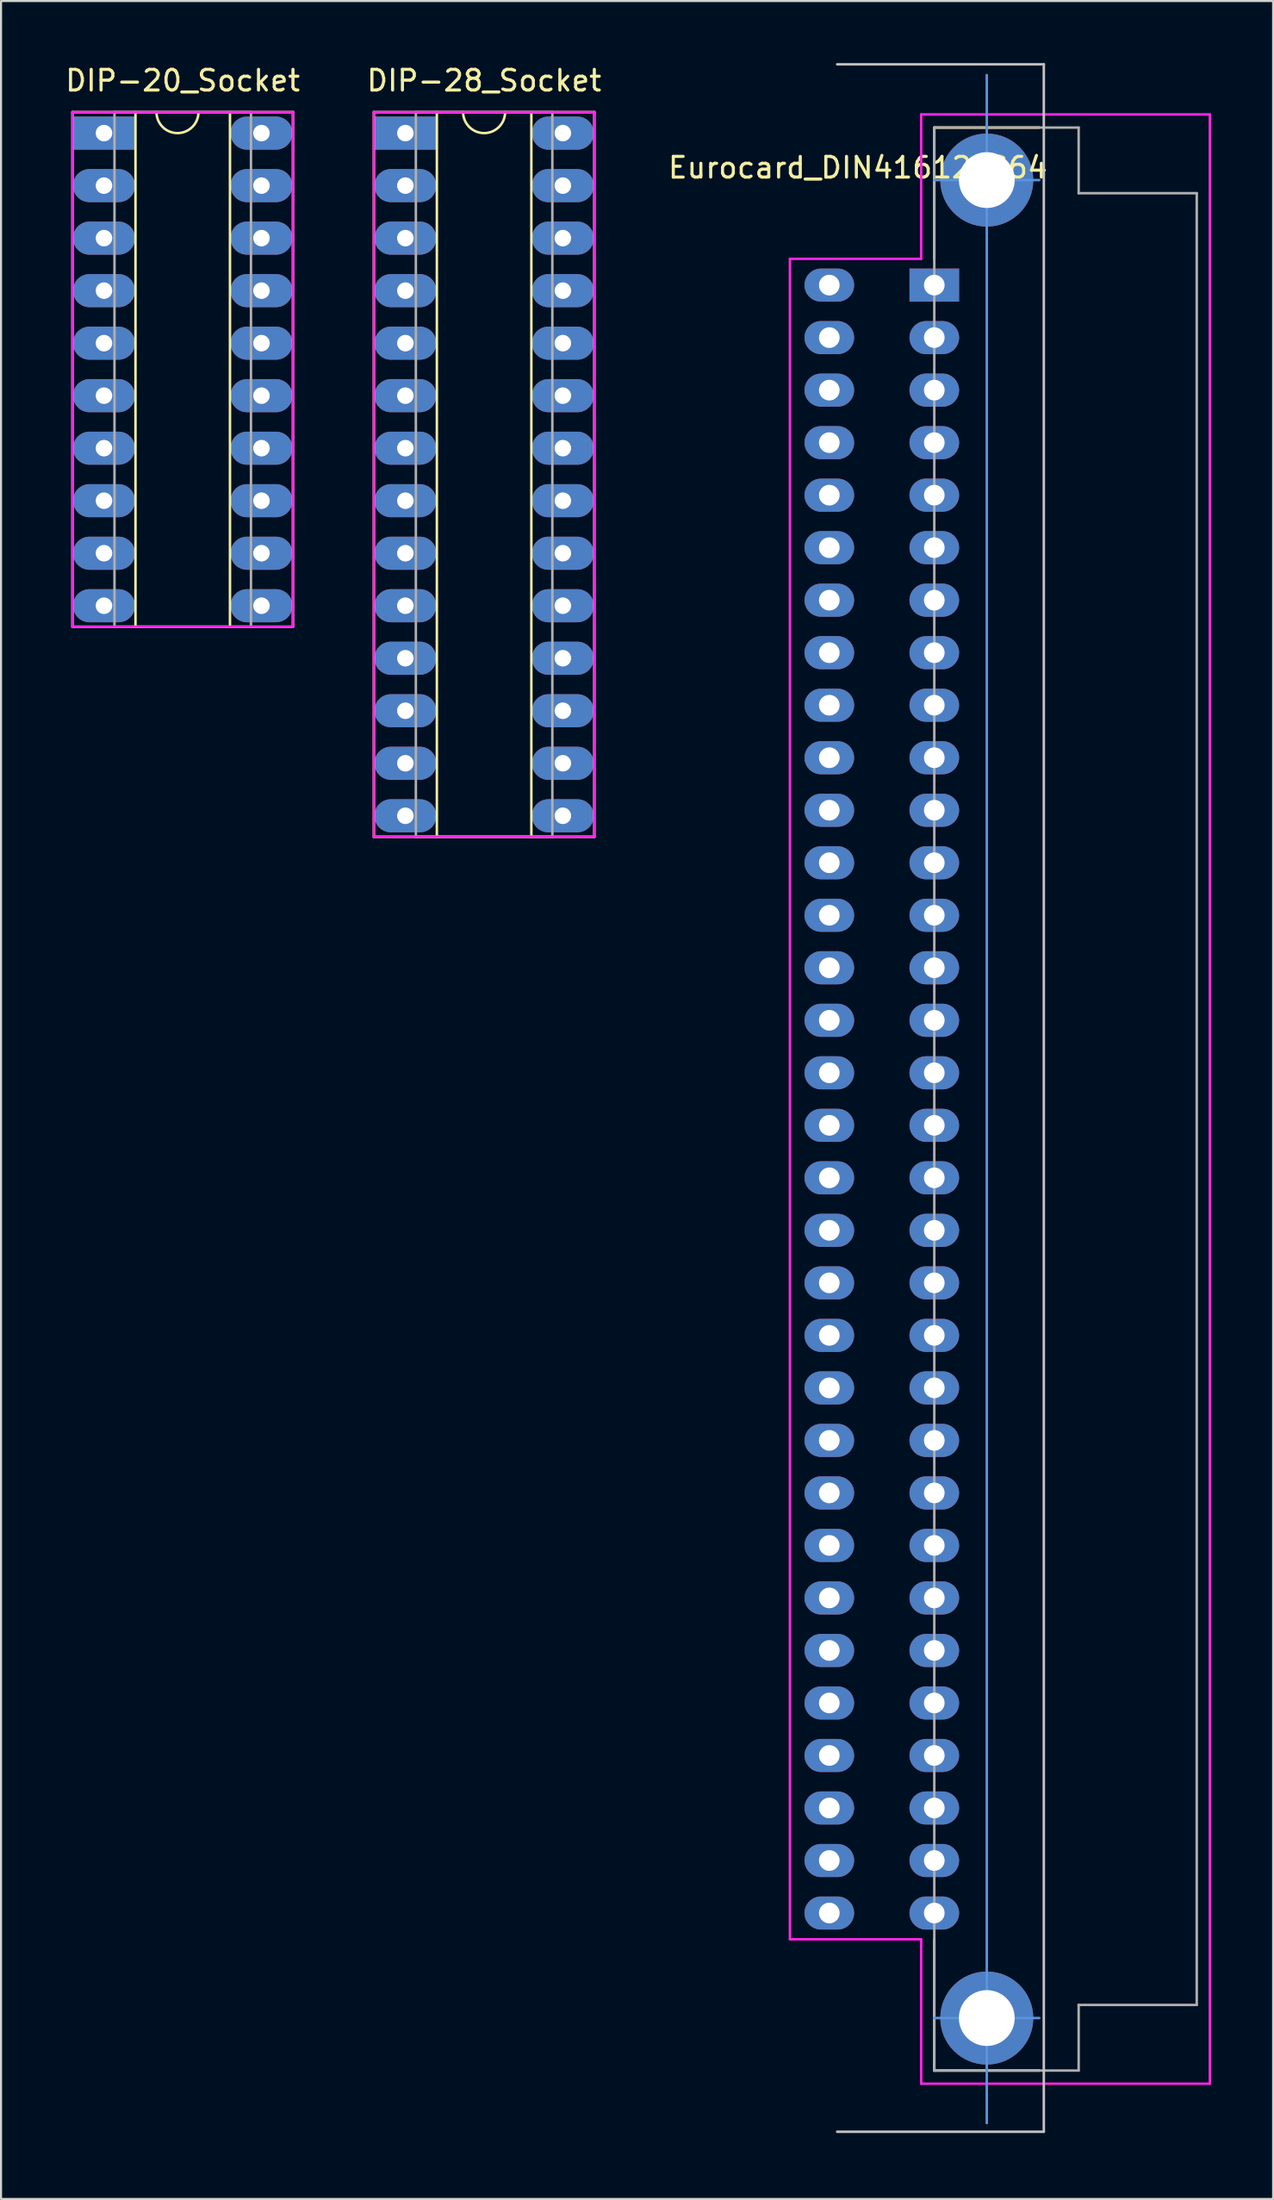
<source format=kicad_pcb>
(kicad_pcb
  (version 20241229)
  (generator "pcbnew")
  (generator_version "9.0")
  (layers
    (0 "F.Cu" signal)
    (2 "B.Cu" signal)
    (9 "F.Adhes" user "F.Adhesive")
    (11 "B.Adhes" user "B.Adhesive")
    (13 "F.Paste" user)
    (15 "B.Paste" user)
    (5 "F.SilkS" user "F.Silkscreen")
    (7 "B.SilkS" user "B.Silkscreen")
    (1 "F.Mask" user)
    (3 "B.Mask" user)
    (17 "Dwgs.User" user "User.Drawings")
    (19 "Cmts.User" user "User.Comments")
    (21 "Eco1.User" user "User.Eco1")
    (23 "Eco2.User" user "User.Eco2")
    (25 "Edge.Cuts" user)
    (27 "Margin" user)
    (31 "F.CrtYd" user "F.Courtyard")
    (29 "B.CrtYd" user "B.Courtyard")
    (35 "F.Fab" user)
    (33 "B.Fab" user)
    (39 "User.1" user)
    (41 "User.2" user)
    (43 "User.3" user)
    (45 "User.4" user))
  (footprint "DIP-20_Socket"
    (layer "F.Cu")
    (at 1.982 3.388)
    (property "Reference" "DIP-20_Socket" (at 3.81 -2.54 0) (layer "F.SilkS") (effects (font (size 1 1) (thickness 0.15))))
    (attr through_hole)
    (fp_line (start -1.524 -1.016) (end -1.524 23.876) (stroke (width 0.12) (type solid)) (layer "F.SilkS"))
    (fp_line (start -1.524 23.876) (end 9.144 23.876) (stroke (width 0.12) (type solid)) (layer "F.SilkS"))
    (fp_line (start 1.524 -1.016) (end 1.524 23.876) (stroke (width 0.12) (type solid)) (layer "F.SilkS"))
    (fp_line (start 6.096 23.876) (end 6.096 -1.016) (stroke (width 0.12) (type solid)) (layer "F.SilkS"))
    (fp_line (start 9.144 -1.016) (end -1.524 -1.016) (stroke (width 0.12) (type solid)) (layer "F.SilkS"))
    (fp_line (start 9.144 23.876) (end 9.144 -1.016) (stroke (width 0.12) (type solid)) (layer "F.SilkS"))
    (fp_arc (start 4.572 -1.016) (mid 3.556 0) (end 2.54 -1.016) (stroke (width 0.12) (type solid)) (layer "F.SilkS"))
    (fp_line (start -1.524 -1.016) (end -1.524 23.876) (stroke (width 0.12) (type solid)) (layer "F.CrtYd"))
    (fp_line (start -1.524 23.876) (end 9.144 23.876) (stroke (width 0.12) (type solid)) (layer "F.CrtYd"))
    (fp_line (start 9.144 -1.016) (end -1.524 -1.016) (stroke (width 0.12) (type solid)) (layer "F.CrtYd"))
    (fp_line (start 9.144 23.876) (end 9.144 -1.016) (stroke (width 0.12) (type solid)) (layer "F.CrtYd"))
    (fp_line (start 0.508 -1.016) (end 0.508 23.876) (stroke (width 0.12) (type solid)) (layer "F.Fab"))
    (fp_line (start 0.508 23.876) (end 7.112 23.876) (stroke (width 0.12) (type solid)) (layer "F.Fab"))
    (fp_line (start 7.112 -1.016) (end 0.508 -1.016) (stroke (width 0.12) (type solid)) (layer "F.Fab"))
    (fp_line (start 7.112 23.876) (end 7.112 -1.016) (stroke (width 0.12) (type solid)) (layer "F.Fab"))
    (pad "1" thru_hole rect (at 0 0) (size 3 1.6) (drill 0.8) (layers "*.Cu" "*.Mask"))
    (pad "2" thru_hole oval (at 0 2.54) (size 3 1.6) (drill 0.8) (layers "*.Cu" "*.Mask"))
    (pad "3" thru_hole oval (at 0 5.08) (size 3 1.6) (drill 0.8) (layers "*.Cu" "*.Mask"))
    (pad "4" thru_hole oval (at 0 7.62) (size 3 1.6) (drill 0.8) (layers "*.Cu" "*.Mask"))
    (pad "5" thru_hole oval (at 0 10.16) (size 3 1.6) (drill 0.8) (layers "*.Cu" "*.Mask"))
    (pad "6" thru_hole oval (at 0 12.7) (size 3 1.6) (drill 0.8) (layers "*.Cu" "*.Mask"))
    (pad "7" thru_hole oval (at 0 15.24) (size 3 1.6) (drill 0.8) (layers "*.Cu" "*.Mask"))
    (pad "8" thru_hole oval (at 0 17.78) (size 3 1.6) (drill 0.8) (layers "*.Cu" "*.Mask"))
    (pad "9" thru_hole oval (at 0 20.32) (size 3 1.6) (drill 0.8) (layers "*.Cu" "*.Mask"))
    (pad "10" thru_hole oval (at 0 22.86) (size 3 1.6) (drill 0.8) (layers "*.Cu" "*.Mask"))
    (pad "11" thru_hole oval (at 7.62 22.86) (size 3 1.6) (drill 0.8) (layers "*.Cu" "*.Mask"))
    (pad "12" thru_hole oval (at 7.62 20.32) (size 3 1.6) (drill 0.8) (layers "*.Cu" "*.Mask"))
    (pad "13" thru_hole oval (at 7.62 17.78) (size 3 1.6) (drill 0.8) (layers "*.Cu" "*.Mask"))
    (pad "14" thru_hole oval (at 7.62 15.24) (size 3 1.6) (drill 0.8) (layers "*.Cu" "*.Mask"))
    (pad "15" thru_hole oval (at 7.62 12.7) (size 3 1.6) (drill 0.8) (layers "*.Cu" "*.Mask"))
    (pad "16" thru_hole oval (at 7.62 10.16) (size 3 1.6) (drill 0.8) (layers "*.Cu" "*.Mask"))
    (pad "17" thru_hole oval (at 7.62 7.62) (size 3 1.6) (drill 0.8) (layers "*.Cu" "*.Mask"))
    (pad "18" thru_hole oval (at 7.62 5.08) (size 3 1.6) (drill 0.8) (layers "*.Cu" "*.Mask"))
    (pad "19" thru_hole oval (at 7.62 2.54) (size 3 1.6) (drill 0.8) (layers "*.Cu" "*.Mask"))
    (pad "20" thru_hole oval (at 7.62 0) (size 3 1.6) (drill 0.8) (layers "*.Cu" "*.Mask")))
  (footprint "DIP-28_Socket"
    (layer "F.Cu")
    (at 16.565 3.388)
    (property "Reference" "DIP-28_Socket" (at 3.81 -2.54 0) (layer "F.SilkS") (effects (font (size 1 1) (thickness 0.15))))
    (attr through_hole)
    (fp_line (start -1.524 -1.016) (end -1.524 34.036) (stroke (width 0.12) (type solid)) (layer "F.SilkS"))
    (fp_line (start -1.524 34.036) (end 9.144 34.036) (stroke (width 0.12) (type solid)) (layer "F.SilkS"))
    (fp_line (start 1.524 -1.016) (end 1.524 34.036) (stroke (width 0.12) (type solid)) (layer "F.SilkS"))
    (fp_line (start 6.096 34.036) (end 6.096 -1.016) (stroke (width 0.12) (type solid)) (layer "F.SilkS"))
    (fp_line (start 9.144 -1.016) (end -1.524 -1.016) (stroke (width 0.12) (type solid)) (layer "F.SilkS"))
    (fp_line (start 9.144 34.036) (end 9.144 -1.016) (stroke (width 0.12) (type solid)) (layer "F.SilkS"))
    (fp_arc (start 4.826 -1.016) (mid 3.81 0) (end 2.794 -1.016) (stroke (width 0.12) (type solid)) (layer "F.SilkS"))
    (fp_line (start -1.524 -1.016) (end -1.524 34.036) (stroke (width 0.12) (type solid)) (layer "F.CrtYd"))
    (fp_line (start -1.524 34.036) (end 9.144 34.036) (stroke (width 0.12) (type solid)) (layer "F.CrtYd"))
    (fp_line (start 9.144 -1.016) (end -1.524 -1.016) (stroke (width 0.12) (type solid)) (layer "F.CrtYd"))
    (fp_line (start 9.144 34.036) (end 9.144 -1.016) (stroke (width 0.12) (type solid)) (layer "F.CrtYd"))
    (fp_line (start 0.508 -1.016) (end 0.508 34.036) (stroke (width 0.12) (type solid)) (layer "F.Fab"))
    (fp_line (start 0.508 34.036) (end 7.112 34.036) (stroke (width 0.12) (type solid)) (layer "F.Fab"))
    (fp_line (start 7.112 -1.016) (end 0.508 -1.016) (stroke (width 0.12) (type solid)) (layer "F.Fab"))
    (fp_line (start 7.112 34.036) (end 7.112 -1.016) (stroke (width 0.12) (type solid)) (layer "F.Fab"))
    (pad "1" thru_hole rect (at 0 0) (size 3 1.6) (drill 0.8) (layers "*.Cu" "*.Mask"))
    (pad "2" thru_hole oval (at 0 2.54) (size 3 1.6) (drill 0.8) (layers "*.Cu" "*.Mask"))
    (pad "3" thru_hole oval (at 0 5.08) (size 3 1.6) (drill 0.8) (layers "*.Cu" "*.Mask"))
    (pad "4" thru_hole oval (at 0 7.62) (size 3 1.6) (drill 0.8) (layers "*.Cu" "*.Mask"))
    (pad "5" thru_hole oval (at 0 10.16) (size 3 1.6) (drill 0.8) (layers "*.Cu" "*.Mask"))
    (pad "6" thru_hole oval (at 0 12.7) (size 3 1.6) (drill 0.8) (layers "*.Cu" "*.Mask"))
    (pad "7" thru_hole oval (at 0 15.24) (size 3 1.6) (drill 0.8) (layers "*.Cu" "*.Mask"))
    (pad "8" thru_hole oval (at 0 17.78) (size 3 1.6) (drill 0.8) (layers "*.Cu" "*.Mask"))
    (pad "9" thru_hole oval (at 0 20.32) (size 3 1.6) (drill 0.8) (layers "*.Cu" "*.Mask"))
    (pad "10" thru_hole oval (at 0 22.86) (size 3 1.6) (drill 0.8) (layers "*.Cu" "*.Mask"))
    (pad "11" thru_hole oval (at 0 25.4) (size 3 1.6) (drill 0.8) (layers "*.Cu" "*.Mask"))
    (pad "12" thru_hole oval (at 0 27.94) (size 3 1.6) (drill 0.8) (layers "*.Cu" "*.Mask"))
    (pad "13" thru_hole oval (at 0 30.48) (size 3 1.6) (drill 0.8) (layers "*.Cu" "*.Mask"))
    (pad "14" thru_hole oval (at 0 33.02) (size 3 1.6) (drill 0.8) (layers "*.Cu" "*.Mask"))
    (pad "15" thru_hole oval (at 7.62 33.02) (size 3 1.6) (drill 0.8) (layers "*.Cu" "*.Mask"))
    (pad "16" thru_hole oval (at 7.62 30.48) (size 3 1.6) (drill 0.8) (layers "*.Cu" "*.Mask"))
    (pad "17" thru_hole oval (at 7.62 27.94) (size 3 1.6) (drill 0.8) (layers "*.Cu" "*.Mask"))
    (pad "18" thru_hole oval (at 7.62 25.4) (size 3 1.6) (drill 0.8) (layers "*.Cu" "*.Mask"))
    (pad "19" thru_hole oval (at 7.62 22.86) (size 3 1.6) (drill 0.8) (layers "*.Cu" "*.Mask"))
    (pad "20" thru_hole oval (at 7.62 20.32) (size 3 1.6) (drill 0.8) (layers "*.Cu" "*.Mask"))
    (pad "21" thru_hole oval (at 7.62 17.78) (size 3 1.6) (drill 0.8) (layers "*.Cu" "*.Mask"))
    (pad "22" thru_hole oval (at 7.62 15.24) (size 3 1.6) (drill 0.8) (layers "*.Cu" "*.Mask"))
    (pad "23" thru_hole oval (at 7.62 12.7) (size 3 1.6) (drill 0.8) (layers "*.Cu" "*.Mask"))
    (pad "24" thru_hole oval (at 7.62 10.16) (size 3 1.6) (drill 0.8) (layers "*.Cu" "*.Mask"))
    (pad "25" thru_hole oval (at 7.62 7.62) (size 3 1.6) (drill 0.8) (layers "*.Cu" "*.Mask"))
    (pad "26" thru_hole oval (at 7.62 5.08) (size 3 1.6) (drill 0.8) (layers "*.Cu" "*.Mask"))
    (pad "27" thru_hole oval (at 7.62 2.54) (size 3 1.6) (drill 0.8) (layers "*.Cu" "*.Mask"))
    (pad "28" thru_hole oval (at 7.62 0) (size 3 1.6) (drill 0.8) (layers "*.Cu" "*.Mask")))
  (footprint "Eurocard_DIN41612_C64"
    (layer "F.Cu")
    (at 47.458 100.06)
    (property "Reference" "Eurocard_DIN41612_C64" (at -9 -95 180) (layer "F.SilkS") (effects (font (size 1 1) (thickness 0.15))))
    (attr through_hole)
    (fp_line (start -5.3 -96.94) (end -0.22 -96.94) (stroke (width 0.12) (type solid)) (layer "F.SilkS"))
    (fp_line (start -5.3 -90.59) (end -5.3 -96.94) (stroke (width 0.12) (type solid)) (layer "F.SilkS"))
    (fp_line (start -5.3 -9.31) (end -5.3 -2.96) (stroke (width 0.12) (type solid)) (layer "F.SilkS"))
    (fp_line (start -5.3 -2.96) (end -0.22 -2.96) (stroke (width 0.12) (type solid)) (layer "F.SilkS"))
    (fp_line (start -10 0) (end 0 0) (stroke (width 0.12) (type solid)) (layer "Dwgs.User"))
    (fp_line (start 0 -100) (end -10 -100) (stroke (width 0.12) (type solid)) (layer "Dwgs.User"))
    (fp_line (start 0 0) (end 0 -100) (stroke (width 0.12) (type solid)) (layer "Dwgs.User"))
    (fp_line (start -5.3 -5.5) (end -0.22 -5.5) (stroke (width 0.12) (type solid)) (layer "Cmts.User"))
    (fp_line (start -2.76 -0.42) (end -2.76 -99.48) (stroke (width 0.12) (type solid)) (layer "Cmts.User"))
    (fp_line (start -0.22 -94.4) (end -5.3 -94.4) (stroke (width 0.12) (type solid)) (layer "Cmts.User"))
    (fp_line (start -12.285 -90.59) (end -5.935 -90.59) (stroke (width 0.12) (type solid)) (layer "F.CrtYd"))
    (fp_line (start -12.285 -9.31) (end -12.285 -90.59) (stroke (width 0.12) (type solid)) (layer "F.CrtYd"))
    (fp_line (start -5.935 -97.575) (end 8.035 -97.575) (stroke (width 0.12) (type solid)) (layer "F.CrtYd"))
    (fp_line (start -5.935 -90.59) (end -5.935 -97.575) (stroke (width 0.12) (type solid)) (layer "F.CrtYd"))
    (fp_line (start -5.935 -9.31) (end -12.285 -9.31) (stroke (width 0.12) (type solid)) (layer "F.CrtYd"))
    (fp_line (start -5.935 -2.325) (end -5.935 -9.31) (stroke (width 0.12) (type solid)) (layer "F.CrtYd"))
    (fp_line (start 8.035 -97.575) (end 8.035 -2.325) (stroke (width 0.12) (type solid)) (layer "F.CrtYd"))
    (fp_line (start 8.035 -2.325) (end -5.935 -2.325) (stroke (width 0.12) (type solid)) (layer "F.CrtYd"))
    (fp_line (start -5.3 -96.94) (end -5.3 -2.96) (stroke (width 0.12) (type solid)) (layer "F.Fab"))
    (fp_line (start -5.3 -96.94) (end 1.685 -96.94) (stroke (width 0.12) (type solid)) (layer "F.Fab"))
    (fp_line (start -5.3 -2.96) (end 1.685 -2.96) (stroke (width 0.12) (type solid)) (layer "F.Fab"))
    (fp_line (start 1.685 -96.94) (end 1.685 -93.765) (stroke (width 0.12) (type solid)) (layer "F.Fab"))
    (fp_line (start 1.685 -93.765) (end 7.4 -93.765) (stroke (width 0.12) (type solid)) (layer "F.Fab"))
    (fp_line (start 1.685 -2.96) (end 1.685 -6.135) (stroke (width 0.12) (type solid)) (layer "F.Fab"))
    (fp_line (start 7.4 -93.765) (end 7.4 -6.135) (stroke (width 0.12) (type solid)) (layer "F.Fab"))
    (fp_line (start 7.4 -6.135) (end 1.685 -6.135) (stroke (width 0.12) (type solid)) (layer "F.Fab"))
    (pad "" np_thru_hole circle (at -2.76 -94.4) (size 4.5 4.5) (drill 2.7) (layers "*.Cu" "*.Mask"))
    (pad "" np_thru_hole circle (at -2.76 -5.5) (size 4.5 4.5) (drill 2.7) (layers "*.Cu" "*.Mask"))
    (pad "1A" thru_hole rect (at -5.3 -89.32) (size 2.4 1.6) (drill 1) (layers "*.Cu" "*.Mask"))
    (pad "1C" thru_hole oval (at -10.38 -89.32) (size 2.4 1.6) (drill 1) (layers "*.Cu" "*.Mask"))
    (pad "2A" thru_hole oval (at -5.3 -86.78) (size 2.4 1.6) (drill 1) (layers "*.Cu" "*.Mask"))
    (pad "2C" thru_hole oval (at -10.38 -86.78) (size 2.4 1.6) (drill 1) (layers "*.Cu" "*.Mask"))
    (pad "3A" thru_hole oval (at -5.3 -84.24) (size 2.4 1.6) (drill 1) (layers "*.Cu" "*.Mask"))
    (pad "3C" thru_hole oval (at -10.38 -84.24) (size 2.4 1.6) (drill 1) (layers "*.Cu" "*.Mask"))
    (pad "4A" thru_hole oval (at -5.3 -81.7) (size 2.4 1.6) (drill 1) (layers "*.Cu" "*.Mask"))
    (pad "4C" thru_hole oval (at -10.38 -81.7) (size 2.4 1.6) (drill 1) (layers "*.Cu" "*.Mask"))
    (pad "5A" thru_hole oval (at -5.3 -79.16) (size 2.4 1.6) (drill 1) (layers "*.Cu" "*.Mask"))
    (pad "5C" thru_hole oval (at -10.38 -79.16) (size 2.4 1.6) (drill 1) (layers "*.Cu" "*.Mask"))
    (pad "6A" thru_hole oval (at -5.3 -76.62) (size 2.4 1.6) (drill 1) (layers "*.Cu" "*.Mask"))
    (pad "6C" thru_hole oval (at -10.38 -76.62) (size 2.4 1.6) (drill 1) (layers "*.Cu" "*.Mask"))
    (pad "7A" thru_hole oval (at -5.3 -74.08) (size 2.4 1.6) (drill 1) (layers "*.Cu" "*.Mask"))
    (pad "7C" thru_hole oval (at -10.38 -74.08) (size 2.4 1.6) (drill 1) (layers "*.Cu" "*.Mask"))
    (pad "8A" thru_hole oval (at -5.3 -71.54) (size 2.4 1.6) (drill 1) (layers "*.Cu" "*.Mask"))
    (pad "8C" thru_hole oval (at -10.38 -71.54) (size 2.4 1.6) (drill 1) (layers "*.Cu" "*.Mask"))
    (pad "9A" thru_hole oval (at -5.3 -69) (size 2.4 1.6) (drill 1) (layers "*.Cu" "*.Mask"))
    (pad "9C" thru_hole oval (at -10.38 -69) (size 2.4 1.6) (drill 1) (layers "*.Cu" "*.Mask"))
    (pad "10A" thru_hole oval (at -5.3 -66.46) (size 2.4 1.6) (drill 1) (layers "*.Cu" "*.Mask"))
    (pad "10C" thru_hole oval (at -10.38 -66.46) (size 2.4 1.6) (drill 1) (layers "*.Cu" "*.Mask"))
    (pad "11A" thru_hole oval (at -5.3 -63.92) (size 2.4 1.6) (drill 1) (layers "*.Cu" "*.Mask"))
    (pad "11C" thru_hole oval (at -10.38 -63.92) (size 2.4 1.6) (drill 1) (layers "*.Cu" "*.Mask"))
    (pad "12A" thru_hole oval (at -5.3 -61.38) (size 2.4 1.6) (drill 1) (layers "*.Cu" "*.Mask"))
    (pad "12C" thru_hole oval (at -10.38 -61.38) (size 2.4 1.6) (drill 1) (layers "*.Cu" "*.Mask"))
    (pad "13A" thru_hole oval (at -5.3 -58.84) (size 2.4 1.6) (drill 1) (layers "*.Cu" "*.Mask"))
    (pad "13C" thru_hole oval (at -10.38 -58.84) (size 2.4 1.6) (drill 1) (layers "*.Cu" "*.Mask"))
    (pad "14A" thru_hole oval (at -5.3 -56.3) (size 2.4 1.6) (drill 1) (layers "*.Cu" "*.Mask"))
    (pad "14C" thru_hole oval (at -10.38 -56.3) (size 2.4 1.6) (drill 1) (layers "*.Cu" "*.Mask"))
    (pad "15A" thru_hole oval (at -5.3 -53.76) (size 2.4 1.6) (drill 1) (layers "*.Cu" "*.Mask"))
    (pad "15C" thru_hole oval (at -10.38 -53.76) (size 2.4 1.6) (drill 1) (layers "*.Cu" "*.Mask"))
    (pad "16A" thru_hole oval (at -5.3 -51.22) (size 2.4 1.6) (drill 1) (layers "*.Cu" "*.Mask"))
    (pad "16C" thru_hole oval (at -10.38 -51.22) (size 2.4 1.6) (drill 1) (layers "*.Cu" "*.Mask"))
    (pad "17A" thru_hole oval (at -5.3 -48.68) (size 2.4 1.6) (drill 1) (layers "*.Cu" "*.Mask"))
    (pad "17C" thru_hole oval (at -10.38 -48.68) (size 2.4 1.6) (drill 1) (layers "*.Cu" "*.Mask"))
    (pad "18A" thru_hole oval (at -5.3 -46.14) (size 2.4 1.6) (drill 1) (layers "*.Cu" "*.Mask"))
    (pad "18C" thru_hole oval (at -10.38 -46.14) (size 2.4 1.6) (drill 1) (layers "*.Cu" "*.Mask"))
    (pad "19A" thru_hole oval (at -5.3 -43.6) (size 2.4 1.6) (drill 1) (layers "*.Cu" "*.Mask"))
    (pad "19C" thru_hole oval (at -10.38 -43.6) (size 2.4 1.6) (drill 1) (layers "*.Cu" "*.Mask"))
    (pad "20A" thru_hole oval (at -5.3 -41.06) (size 2.4 1.6) (drill 1) (layers "*.Cu" "*.Mask"))
    (pad "20C" thru_hole oval (at -10.38 -41.06) (size 2.4 1.6) (drill 1) (layers "*.Cu" "*.Mask"))
    (pad "21A" thru_hole oval (at -5.3 -38.52) (size 2.4 1.6) (drill 1) (layers "*.Cu" "*.Mask"))
    (pad "21C" thru_hole oval (at -10.38 -38.52) (size 2.4 1.6) (drill 1) (layers "*.Cu" "*.Mask"))
    (pad "22A" thru_hole oval (at -5.3 -35.98) (size 2.4 1.6) (drill 1) (layers "*.Cu" "*.Mask"))
    (pad "22C" thru_hole oval (at -10.38 -35.98) (size 2.4 1.6) (drill 1) (layers "*.Cu" "*.Mask"))
    (pad "23A" thru_hole oval (at -5.3 -33.44) (size 2.4 1.6) (drill 1) (layers "*.Cu" "*.Mask"))
    (pad "23C" thru_hole oval (at -10.38 -33.44) (size 2.4 1.6) (drill 1) (layers "*.Cu" "*.Mask"))
    (pad "24A" thru_hole oval (at -5.3 -30.9) (size 2.4 1.6) (drill 1) (layers "*.Cu" "*.Mask"))
    (pad "24C" thru_hole oval (at -10.38 -30.9) (size 2.4 1.6) (drill 1) (layers "*.Cu" "*.Mask"))
    (pad "25A" thru_hole oval (at -5.3 -28.36) (size 2.4 1.6) (drill 1) (layers "*.Cu" "*.Mask"))
    (pad "25C" thru_hole oval (at -10.38 -28.36) (size 2.4 1.6) (drill 1) (layers "*.Cu" "*.Mask"))
    (pad "26A" thru_hole oval (at -5.3 -25.82) (size 2.4 1.6) (drill 1) (layers "*.Cu" "*.Mask"))
    (pad "26C" thru_hole oval (at -10.38 -25.82) (size 2.4 1.6) (drill 1) (layers "*.Cu" "*.Mask"))
    (pad "27A" thru_hole oval (at -5.3 -23.28) (size 2.4 1.6) (drill 1) (layers "*.Cu" "*.Mask"))
    (pad "27C" thru_hole oval (at -10.38 -23.28) (size 2.4 1.6) (drill 1) (layers "*.Cu" "*.Mask"))
    (pad "28A" thru_hole oval (at -5.3 -20.74) (size 2.4 1.6) (drill 1) (layers "*.Cu" "*.Mask"))
    (pad "28C" thru_hole oval (at -10.38 -20.74) (size 2.4 1.6) (drill 1) (layers "*.Cu" "*.Mask"))
    (pad "29A" thru_hole oval (at -5.3 -18.2) (size 2.4 1.6) (drill 1) (layers "*.Cu" "*.Mask"))
    (pad "29C" thru_hole oval (at -10.38 -18.2) (size 2.4 1.6) (drill 1) (layers "*.Cu" "*.Mask"))
    (pad "30A" thru_hole oval (at -5.3 -15.66) (size 2.4 1.6) (drill 1) (layers "*.Cu" "*.Mask"))
    (pad "30C" thru_hole oval (at -10.38 -15.66) (size 2.4 1.6) (drill 1) (layers "*.Cu" "*.Mask"))
    (pad "31A" thru_hole oval (at -5.3 -13.12) (size 2.4 1.6) (drill 1) (layers "*.Cu" "*.Mask"))
    (pad "31C" thru_hole oval (at -10.38 -13.12) (size 2.4 1.6) (drill 1) (layers "*.Cu" "*.Mask"))
    (pad "32A" thru_hole oval (at -5.3 -10.58) (size 2.4 1.6) (drill 1) (layers "*.Cu" "*.Mask"))
    (pad "32C" thru_hole oval (at -10.38 -10.58) (size 2.4 1.6) (drill 1) (layers "*.Cu" "*.Mask")))
  (gr_rect
    (start -3 -3)
    (end 58.553 103.31)
    (stroke (width 0.1) (type default))
    (fill no)
    (layer "Edge.Cuts")))
</source>
